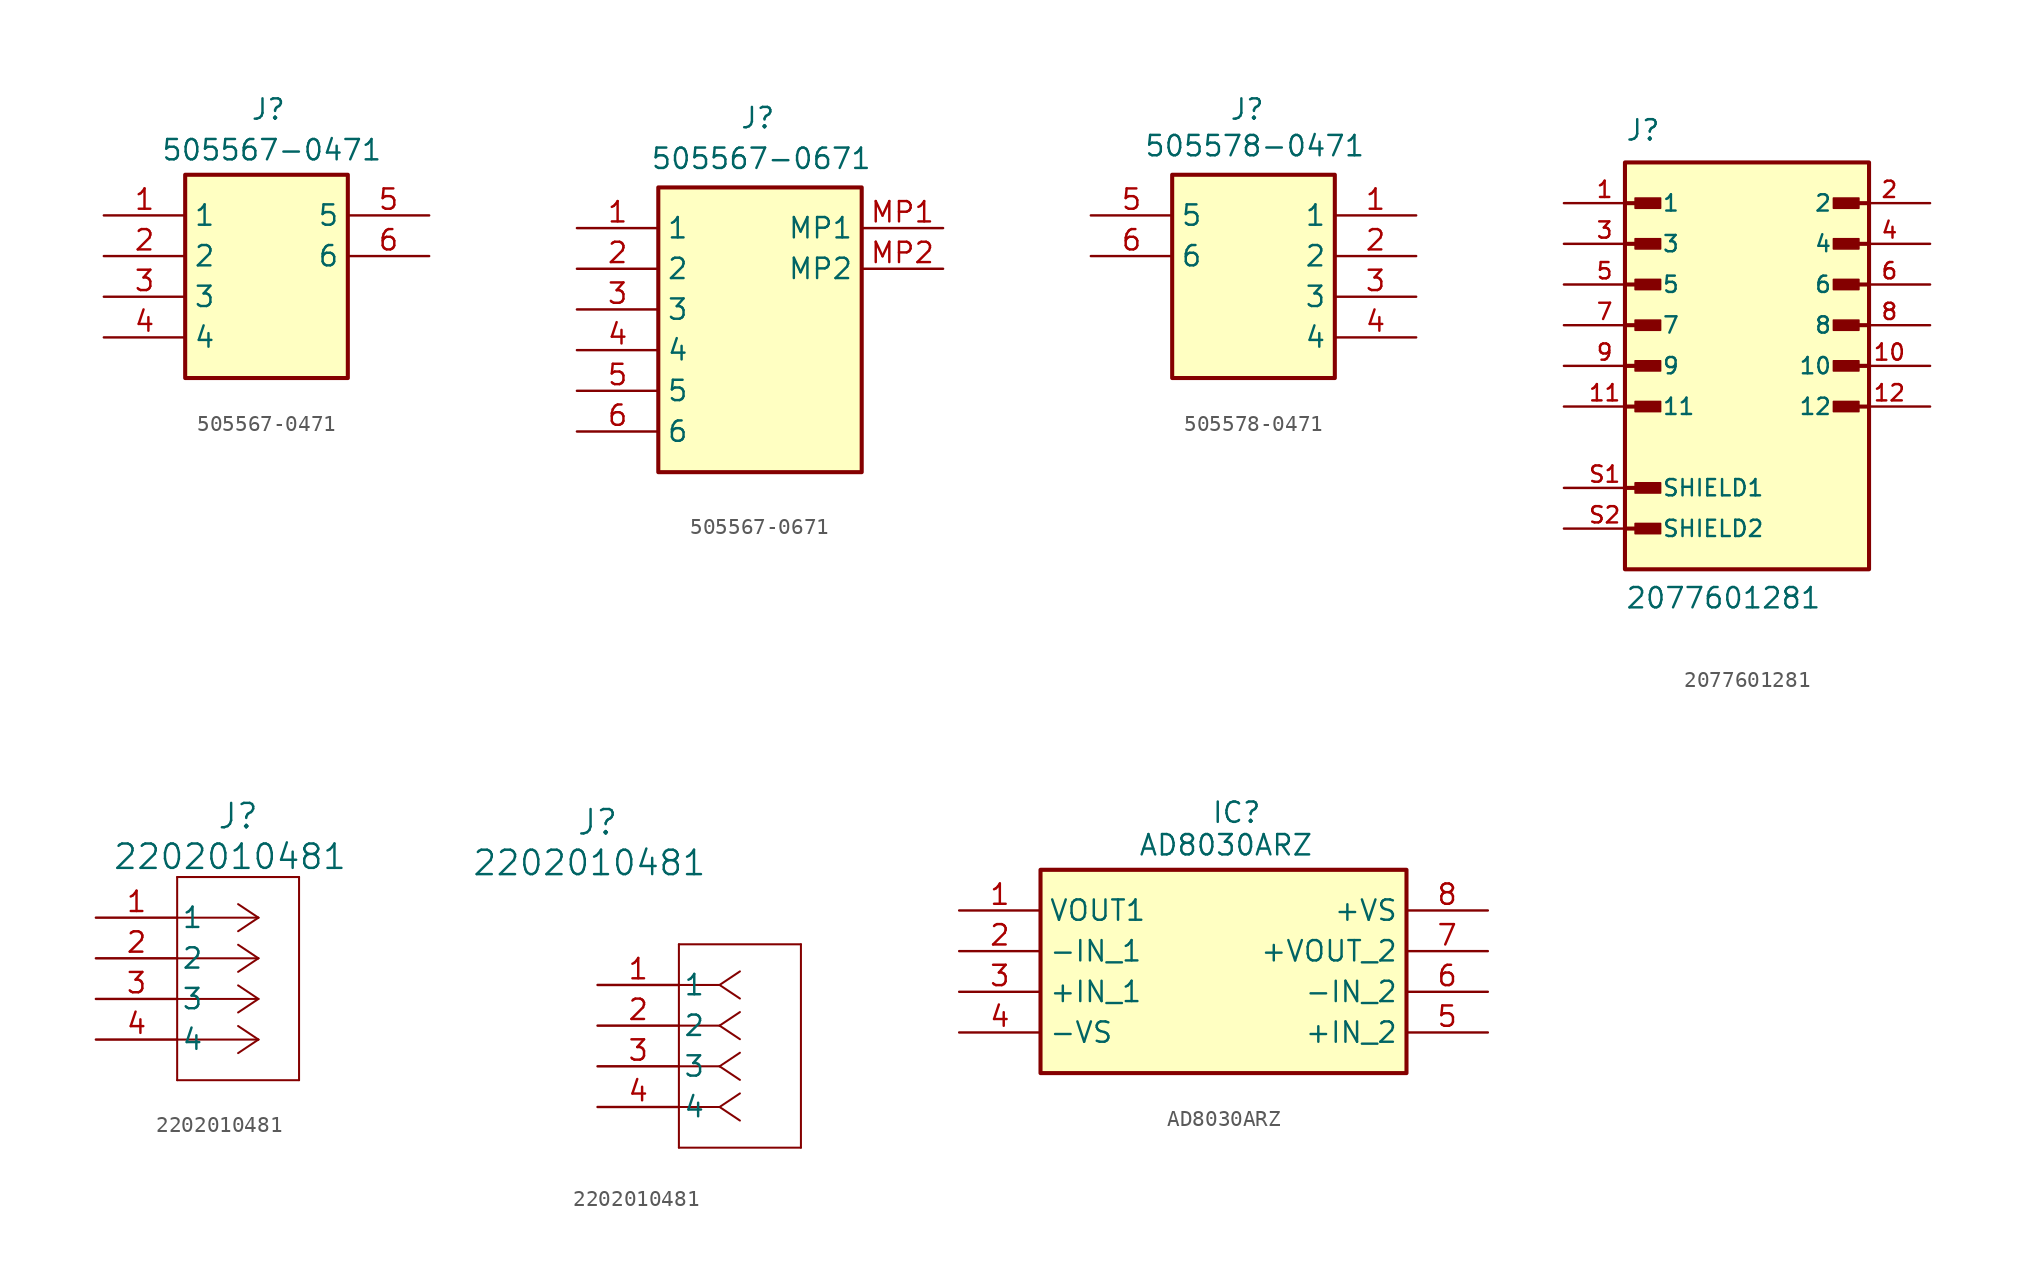
<source format=kicad_sym>
(kicad_symbol_lib
  (version 20241209)
  (generator "kicad_symbol_editor")
  (generator_version "9.0")
  (symbol "505567-0471"
    (property "Reference" "J"
      (at -1.016 11.176 0)
      (effects (font (size 1.27 1.27)) (justify left top)))
    (property "Value" "505567-0471"
      (at -6.604 8.636 0)
      (effects (font (size 1.27 1.27)) (justify left top)))
    (symbol "505567-0471_1_1"
      (rectangle (start -5.08 6.35) (end 5.08 -6.35) (stroke (width 0.254) (type default)) (fill (type background)))
      (pin passive line (at -10.16 3.81 0) (length 5.08) (name "1" (effects (font (size 1.27 1.27)))) (number "1" (effects (font (size 1.27 1.27)))))
      (pin passive line (at -10.16 1.27 0) (length 5.08) (name "2" (effects (font (size 1.27 1.27)))) (number "2" (effects (font (size 1.27 1.27)))))
      (pin passive line (at -10.16 -1.27 0) (length 5.08) (name "3" (effects (font (size 1.27 1.27)))) (number "3" (effects (font (size 1.27 1.27)))))
      (pin passive line (at -10.16 -3.81 0) (length 5.08) (name "4" (effects (font (size 1.27 1.27)))) (number "4" (effects (font (size 1.27 1.27)))))
      (pin passive line (at 10.16 3.81 180) (length 5.08) (name "5" (effects (font (size 1.27 1.27)))) (number "5" (effects (font (size 1.27 1.27)))))
      (pin passive line (at 10.16 1.27 180) (length 5.08) (name "6" (effects (font (size 1.27 1.27)))) (number "6" (effects (font (size 1.27 1.27)))))))
  (symbol "505567-0671"
    (property "Reference" "J"
      (at -1.27 13.97 0)
      (effects (font (size 1.27 1.27)) (justify left top)))
    (property "Value" "505567-0671"
      (at -6.858 11.43 0)
      (effects (font (size 1.27 1.27)) (justify left top)))
    (symbol "505567-0671_1_1"
      (rectangle (start -6.35 8.89) (end 6.35 -8.89) (stroke (width 0.254) (type default)) (fill (type background)))
      (pin passive line (at -11.43 6.35 0) (length 5.08) (name "1" (effects (font (size 1.27 1.27)))) (number "1" (effects (font (size 1.27 1.27)))))
      (pin passive line (at -11.43 3.81 0) (length 5.08) (name "2" (effects (font (size 1.27 1.27)))) (number "2" (effects (font (size 1.27 1.27)))))
      (pin passive line (at -11.43 1.27 0) (length 5.08) (name "3" (effects (font (size 1.27 1.27)))) (number "3" (effects (font (size 1.27 1.27)))))
      (pin passive line (at -11.43 -1.27 0) (length 5.08) (name "4" (effects (font (size 1.27 1.27)))) (number "4" (effects (font (size 1.27 1.27)))))
      (pin passive line (at -11.43 -3.81 0) (length 5.08) (name "5" (effects (font (size 1.27 1.27)))) (number "5" (effects (font (size 1.27 1.27)))))
      (pin passive line (at -11.43 -6.35 0) (length 5.08) (name "6" (effects (font (size 1.27 1.27)))) (number "6" (effects (font (size 1.27 1.27)))))
      (pin passive line (at 11.43 6.35 180) (length 5.08) (name "MP1" (effects (font (size 1.27 1.27)))) (number "MP1" (effects (font (size 1.27 1.27)))))
      (pin passive line (at 11.43 3.81 180) (length 5.08) (name "MP2" (effects (font (size 1.27 1.27)))) (number "MP2" (effects (font (size 1.27 1.27)))))))
  (symbol "505578-0471"
    (property "Reference" "J"
      (at -1.524 11.176 0)
      (effects (font (size 1.27 1.27)) (justify left top)))
    (property "Value" "505578-0471"
      (at -6.858 8.89 0)
      (effects (font (size 1.27 1.27)) (justify left top)))
    (symbol "505578-0471_1_1"
      (rectangle (start -5.08 6.35) (end 5.08 -6.35) (stroke (width 0.254) (type default)) (fill (type background)))
      (pin passive line (at -10.16 3.81 0) (length 5.08) (name "5" (effects (font (size 1.27 1.27)))) (number "5" (effects (font (size 1.27 1.27)))))
      (pin passive line (at -10.16 1.27 0) (length 5.08) (name "6" (effects (font (size 1.27 1.27)))) (number "6" (effects (font (size 1.27 1.27)))))
      (pin passive line (at 10.16 3.81 180) (length 5.08) (name "1" (effects (font (size 1.27 1.27)))) (number "1" (effects (font (size 1.27 1.27)))))
      (pin passive line (at 10.16 1.27 180) (length 5.08) (name "2" (effects (font (size 1.27 1.27)))) (number "2" (effects (font (size 1.27 1.27)))))
      (pin passive line (at 10.16 -1.27 180) (length 5.08) (name "3" (effects (font (size 1.27 1.27)))) (number "3" (effects (font (size 1.27 1.27)))))
      (pin passive line (at 10.16 -3.81 180) (length 5.08) (name "4" (effects (font (size 1.27 1.27)))) (number "4" (effects (font (size 1.27 1.27)))))))
  (symbol "2077601281"
    (pin_names
      (offset 1.016))
    (property "Reference" "J"
      (at -7.62 13.97 0)
      (effects (font (size 1.27 1.27)) (justify left bottom)))
    (property "Value" "2077601281"
      (at -7.62 -15.24 0)
      (effects (font (size 1.27 1.27)) (justify left bottom)))
    (symbol "2077601281_0_0"
      (polyline (pts (xy -7.62 10.16) (xy -5.715 10.16)) (stroke (width 0.254) (type default)) (fill (type none)))
      (polyline (pts (xy -7.62 7.62) (xy -5.715 7.62)) (stroke (width 0.254) (type default)) (fill (type none)))
      (polyline (pts (xy -7.62 5.08) (xy -5.715 5.08)) (stroke (width 0.254) (type default)) (fill (type none)))
      (polyline (pts (xy -7.62 2.54) (xy -5.715 2.54)) (stroke (width 0.254) (type default)) (fill (type none)))
      (polyline (pts (xy -7.62 0) (xy -5.715 0)) (stroke (width 0.254) (type default)) (fill (type none)))
      (polyline (pts (xy -7.62 -2.54) (xy -5.715 -2.54)) (stroke (width 0.254) (type default)) (fill (type none)))
      (polyline (pts (xy -7.62 -7.62) (xy -5.715 -7.62)) (stroke (width 0.254) (type default)) (fill (type none)))
      (polyline (pts (xy -7.62 -10.16) (xy -5.715 -10.16)) (stroke (width 0.254) (type default)) (fill (type none)))
      (rectangle (start -7.62 -12.7) (end 7.62 12.7) (stroke (width 0.254) (type default)) (fill (type background)))
      (rectangle (start -6.985 9.842) (end -5.397 10.477) (stroke (width 0.1) (type default)) (fill (type outline)))
      (rectangle (start -6.985 7.303) (end -5.397 7.938) (stroke (width 0.1) (type default)) (fill (type outline)))
      (rectangle (start -6.985 4.763) (end -5.397 5.397) (stroke (width 0.1) (type default)) (fill (type outline)))
      (rectangle (start -6.985 2.223) (end -5.397 2.857) (stroke (width 0.1) (type default)) (fill (type outline)))
      (rectangle (start -6.985 -0.318) (end -5.397 0.318) (stroke (width 0.1) (type default)) (fill (type outline)))
      (rectangle (start -6.985 -2.857) (end -5.397 -2.223) (stroke (width 0.1) (type default)) (fill (type outline)))
      (rectangle (start -6.985 -7.938) (end -5.397 -7.303) (stroke (width 0.1) (type default)) (fill (type outline)))
      (rectangle (start -6.985 -10.477) (end -5.397 -9.842) (stroke (width 0.1) (type default)) (fill (type outline)))
      (rectangle (start 5.397 9.842) (end 6.985 10.477) (stroke (width 0.1) (type default)) (fill (type outline)))
      (rectangle (start 5.397 7.303) (end 6.985 7.938) (stroke (width 0.1) (type default)) (fill (type outline)))
      (rectangle (start 5.397 4.763) (end 6.985 5.397) (stroke (width 0.1) (type default)) (fill (type outline)))
      (rectangle (start 5.397 2.223) (end 6.985 2.857) (stroke (width 0.1) (type default)) (fill (type outline)))
      (rectangle (start 5.397 -0.318) (end 6.985 0.318) (stroke (width 0.1) (type default)) (fill (type outline)))
      (rectangle (start 5.397 -2.857) (end 6.985 -2.223) (stroke (width 0.1) (type default)) (fill (type outline)))
      (polyline (pts (xy 7.62 10.16) (xy 5.715 10.16)) (stroke (width 0.254) (type default)) (fill (type none)))
      (polyline (pts (xy 7.62 7.62) (xy 5.715 7.62)) (stroke (width 0.254) (type default)) (fill (type none)))
      (polyline (pts (xy 7.62 5.08) (xy 5.715 5.08)) (stroke (width 0.254) (type default)) (fill (type none)))
      (polyline (pts (xy 7.62 2.54) (xy 5.715 2.54)) (stroke (width 0.254) (type default)) (fill (type none)))
      (polyline (pts (xy 7.62 0) (xy 5.715 0)) (stroke (width 0.254) (type default)) (fill (type none)))
      (polyline (pts (xy 7.62 -2.54) (xy 5.715 -2.54)) (stroke (width 0.254) (type default)) (fill (type none)))
      (pin passive line (at -11.43 10.16 0) (length 5.08) (name "1" (effects (font (size 1.016 1.016)))) (number "1" (effects (font (size 1.016 1.016)))))
      (pin passive line (at -11.43 7.62 0) (length 5.08) (name "3" (effects (font (size 1.016 1.016)))) (number "3" (effects (font (size 1.016 1.016)))))
      (pin passive line (at -11.43 5.08 0) (length 5.08) (name "5" (effects (font (size 1.016 1.016)))) (number "5" (effects (font (size 1.016 1.016)))))
      (pin passive line (at -11.43 2.54 0) (length 5.08) (name "7" (effects (font (size 1.016 1.016)))) (number "7" (effects (font (size 1.016 1.016)))))
      (pin passive line (at -11.43 0 0) (length 5.08) (name "9" (effects (font (size 1.016 1.016)))) (number "9" (effects (font (size 1.016 1.016)))))
      (pin passive line (at -11.43 -7.62 0) (length 5.08) (name "SHIELD1" (effects (font (size 1.016 1.016)))) (number "S1" (effects (font (size 1.016 1.016)))))
      (pin passive line (at -11.43 -10.16 0) (length 5.08) (name "SHIELD2" (effects (font (size 1.016 1.016)))) (number "S2" (effects (font (size 1.016 1.016)))))
      (pin passive line (at 11.43 10.16 180) (length 5.08) (name "2" (effects (font (size 1.016 1.016)))) (number "2" (effects (font (size 1.016 1.016)))))
      (pin passive line (at 11.43 7.62 180) (length 5.08) (name "4" (effects (font (size 1.016 1.016)))) (number "4" (effects (font (size 1.016 1.016)))))
      (pin passive line (at 11.43 5.08 180) (length 5.08) (name "6" (effects (font (size 1.016 1.016)))) (number "6" (effects (font (size 1.016 1.016)))))
      (pin passive line (at 11.43 2.54 180) (length 5.08) (name "8" (effects (font (size 1.016 1.016)))) (number "8" (effects (font (size 1.016 1.016)))))
      (pin passive line (at 11.43 0 180) (length 5.08) (name "10" (effects (font (size 1.016 1.016)))) (number "10" (effects (font (size 1.016 1.016)))))
      (pin passive line (at 11.43 -2.54 180) (length 5.08) (name "12" (effects (font (size 1.016 1.016)))) (number "12" (effects (font (size 1.016 1.016))))))
    (symbol "2077601281_1_0"
      (pin passive line (at -11.43 -2.54 0) (length 5.08) (name "11" (effects (font (size 1.016 1.016)))) (number "11" (effects (font (size 1.016 1.016)))))))
  (symbol "2202010481"
    (pin_names
      (offset 0.254))
    (property "Reference" "J"
      (at 0 10.16 0)
      (effects (font (size 1.524 1.524))))
    (property "Value" "2202010481"
      (at -0.508 7.62 0)
      (effects (font (size 1.524 1.524))))
    (symbol "2202010481_1_1"
      (polyline (pts (xy -3.81 6.35) (xy -3.81 -6.35)) (stroke (width 0.127) (type default)) (fill (type none)))
      (polyline (pts (xy -3.81 -6.35) (xy 3.81 -6.35)) (stroke (width 0.127) (type default)) (fill (type none)))
      (polyline (pts (xy 1.27 3.81) (xy -3.81 3.81)) (stroke (width 0.127) (type default)) (fill (type none)))
      (polyline (pts (xy 1.27 3.81) (xy 0 4.657)) (stroke (width 0.127) (type default)) (fill (type none)))
      (polyline (pts (xy 1.27 3.81) (xy 0 2.963)) (stroke (width 0.127) (type default)) (fill (type none)))
      (polyline (pts (xy 1.27 1.27) (xy -3.81 1.27)) (stroke (width 0.127) (type default)) (fill (type none)))
      (polyline (pts (xy 1.27 1.27) (xy 0 2.117)) (stroke (width 0.127) (type default)) (fill (type none)))
      (polyline (pts (xy 1.27 1.27) (xy 0 0.423)) (stroke (width 0.127) (type default)) (fill (type none)))
      (polyline (pts (xy 1.27 -1.27) (xy -3.81 -1.27)) (stroke (width 0.127) (type default)) (fill (type none)))
      (polyline (pts (xy 1.27 -1.27) (xy 0 -0.423)) (stroke (width 0.127) (type default)) (fill (type none)))
      (polyline (pts (xy 1.27 -1.27) (xy 0 -2.117)) (stroke (width 0.127) (type default)) (fill (type none)))
      (polyline (pts (xy 1.27 -3.81) (xy -3.81 -3.81)) (stroke (width 0.127) (type default)) (fill (type none)))
      (polyline (pts (xy 1.27 -3.81) (xy 0 -2.963)) (stroke (width 0.127) (type default)) (fill (type none)))
      (polyline (pts (xy 1.27 -3.81) (xy 0 -4.657)) (stroke (width 0.127) (type default)) (fill (type none)))
      (polyline (pts (xy 3.81 6.35) (xy -3.81 6.35)) (stroke (width 0.127) (type default)) (fill (type none)))
      (polyline (pts (xy 3.81 -6.35) (xy 3.81 6.35)) (stroke (width 0.127) (type default)) (fill (type none)))
      (pin unspecified line (at -8.89 3.81 0) (length 5.08) (name "1" (effects (font (size 1.27 1.27)))) (number "1" (effects (font (size 1.27 1.27)))))
      (pin unspecified line (at -8.89 1.27 0) (length 5.08) (name "2" (effects (font (size 1.27 1.27)))) (number "2" (effects (font (size 1.27 1.27)))))
      (pin unspecified line (at -8.89 -1.27 0) (length 5.08) (name "3" (effects (font (size 1.27 1.27)))) (number "3" (effects (font (size 1.27 1.27)))))
      (pin unspecified line (at -8.89 -3.81 0) (length 5.08) (name "4" (effects (font (size 1.27 1.27)))) (number "4" (effects (font (size 1.27 1.27))))))
    (symbol "2202010481_1_2"
      (polyline (pts (xy 5.08 2.54) (xy 5.08 -10.16)) (stroke (width 0.127) (type default)) (fill (type none)))
      (polyline (pts (xy 5.08 -10.16) (xy 12.7 -10.16)) (stroke (width 0.127) (type default)) (fill (type none)))
      (polyline (pts (xy 7.62 0) (xy 5.08 0)) (stroke (width 0.127) (type default)) (fill (type none)))
      (polyline (pts (xy 7.62 0) (xy 8.89 0.847)) (stroke (width 0.127) (type default)) (fill (type none)))
      (polyline (pts (xy 7.62 0) (xy 8.89 -0.847)) (stroke (width 0.127) (type default)) (fill (type none)))
      (polyline (pts (xy 7.62 -2.54) (xy 5.08 -2.54)) (stroke (width 0.127) (type default)) (fill (type none)))
      (polyline (pts (xy 7.62 -2.54) (xy 8.89 -1.693)) (stroke (width 0.127) (type default)) (fill (type none)))
      (polyline (pts (xy 7.62 -2.54) (xy 8.89 -3.387)) (stroke (width 0.127) (type default)) (fill (type none)))
      (polyline (pts (xy 7.62 -5.08) (xy 5.08 -5.08)) (stroke (width 0.127) (type default)) (fill (type none)))
      (polyline (pts (xy 7.62 -5.08) (xy 8.89 -4.233)) (stroke (width 0.127) (type default)) (fill (type none)))
      (polyline (pts (xy 7.62 -5.08) (xy 8.89 -5.927)) (stroke (width 0.127) (type default)) (fill (type none)))
      (polyline (pts (xy 7.62 -7.62) (xy 5.08 -7.62)) (stroke (width 0.127) (type default)) (fill (type none)))
      (polyline (pts (xy 7.62 -7.62) (xy 8.89 -6.773)) (stroke (width 0.127) (type default)) (fill (type none)))
      (polyline (pts (xy 7.62 -7.62) (xy 8.89 -8.467)) (stroke (width 0.127) (type default)) (fill (type none)))
      (polyline (pts (xy 12.7 2.54) (xy 5.08 2.54)) (stroke (width 0.127) (type default)) (fill (type none)))
      (polyline (pts (xy 12.7 -10.16) (xy 12.7 2.54)) (stroke (width 0.127) (type default)) (fill (type none)))
      (pin unspecified line (at 0 0 0) (length 5.08) (name "1" (effects (font (size 1.27 1.27)))) (number "1" (effects (font (size 1.27 1.27)))))
      (pin unspecified line (at 0 -2.54 0) (length 5.08) (name "2" (effects (font (size 1.27 1.27)))) (number "2" (effects (font (size 1.27 1.27)))))
      (pin unspecified line (at 0 -5.08 0) (length 5.08) (name "3" (effects (font (size 1.27 1.27)))) (number "3" (effects (font (size 1.27 1.27)))))
      (pin unspecified line (at 0 -7.62 0) (length 5.08) (name "4" (effects (font (size 1.27 1.27)))) (number "4" (effects (font (size 1.27 1.27)))))))
  (symbol "AD8030ARZ"
    (property "Reference" "IC"
      (at -0.762 10.668 0)
      (effects (font (size 1.27 1.27)) (justify left top)))
    (property "Value" "AD8030ARZ"
      (at -5.334 8.636 0)
      (effects (font (size 1.27 1.27)) (justify left top)))
    (symbol "AD8030ARZ_1_1"
      (rectangle (start -11.43 6.35) (end 11.43 -6.35) (stroke (width 0.254) (type default)) (fill (type background)))
      (pin passive line (at -16.51 3.81 0) (length 5.08) (name "VOUT1" (effects (font (size 1.27 1.27)))) (number "1" (effects (font (size 1.27 1.27)))))
      (pin passive line (at -16.51 1.27 0) (length 5.08) (name "-IN_1" (effects (font (size 1.27 1.27)))) (number "2" (effects (font (size 1.27 1.27)))))
      (pin passive line (at -16.51 -1.27 0) (length 5.08) (name "+IN_1" (effects (font (size 1.27 1.27)))) (number "3" (effects (font (size 1.27 1.27)))))
      (pin passive line (at -16.51 -3.81 0) (length 5.08) (name "-VS" (effects (font (size 1.27 1.27)))) (number "4" (effects (font (size 1.27 1.27)))))
      (pin passive line (at 16.51 3.81 180) (length 5.08) (name "+VS" (effects (font (size 1.27 1.27)))) (number "8" (effects (font (size 1.27 1.27)))))
      (pin passive line (at 16.51 1.27 180) (length 5.08) (name "+VOUT_2" (effects (font (size 1.27 1.27)))) (number "7" (effects (font (size 1.27 1.27)))))
      (pin passive line (at 16.51 -1.27 180) (length 5.08) (name "-IN_2" (effects (font (size 1.27 1.27)))) (number "6" (effects (font (size 1.27 1.27)))))
      (pin passive line (at 16.51 -3.81 180) (length 5.08) (name "+IN_2" (effects (font (size 1.27 1.27)))) (number "5" (effects (font (size 1.27 1.27))))))))
</source>
